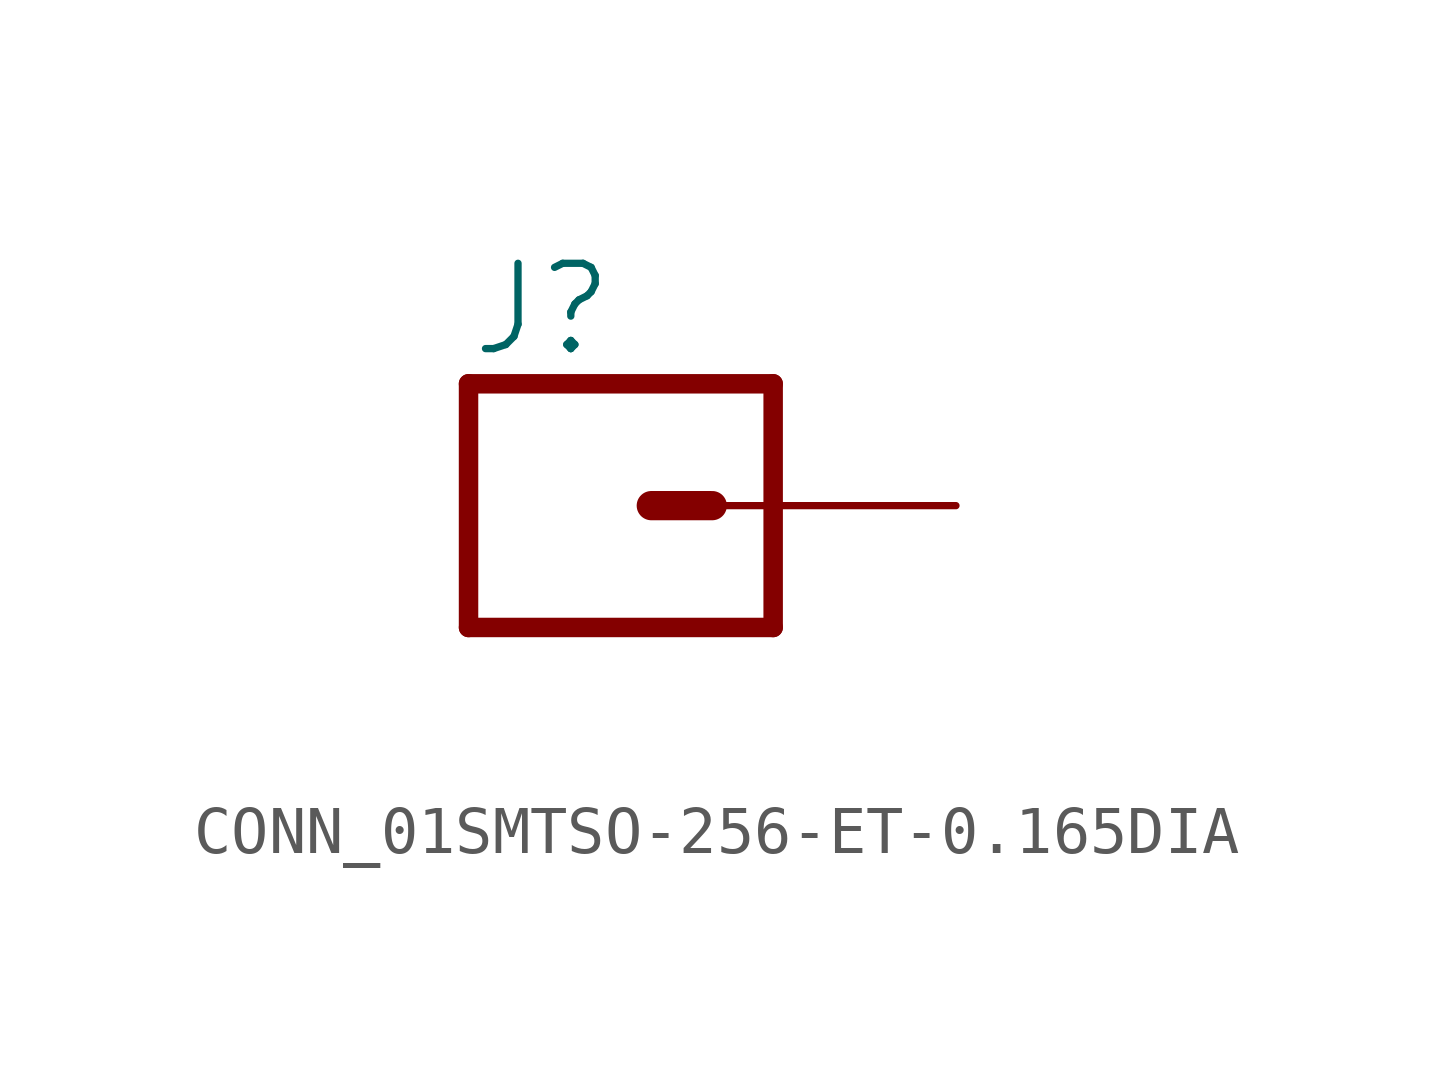
<source format=kicad_sym>
(kicad_symbol_lib
  (version 20220914)
  (generator kicad_symbol_editor)
  (symbol "CONN_01SMTSO-256-ET-0.165DIA"
    (property "Reference" "J"
      (at -2.54 3.048 0)
      (effects (font (size 1.778 1.778)) (justify left bottom)))
    (property "Value" ""
      (at -2.54 -4.826 0)
      (effects (font (size 1.778 1.778)) (justify left bottom)))
    (property "ki_locked" ""
      (at 0 0 0)
      (effects (font (size 1.27 1.27))))
    (symbol "CONN_01SMTSO-256-ET-0.165DIA_1_0"
      (polyline (pts (xy -2.54 2.54) (xy -2.54 -2.54)) (stroke (width 0.406) (type solid)) (fill (type none)))
      (polyline (pts (xy -2.54 2.54) (xy 3.81 2.54)) (stroke (width 0.406) (type solid)) (fill (type none)))
      (polyline (pts (xy 1.27 0) (xy 2.54 0)) (stroke (width 0.61) (type solid)) (fill (type none)))
      (polyline (pts (xy 3.81 -2.54) (xy -2.54 -2.54)) (stroke (width 0.406) (type solid)) (fill (type none)))
      (polyline (pts (xy 3.81 -2.54) (xy 3.81 2.54)) (stroke (width 0.406) (type solid)) (fill (type none)))
      (pin passive line (at 7.62 0 180) (length 5.08) (name "1" (effects (font (size 0 0)))) (number "P$1" (effects (font (size 0 0))))))))
</source>
